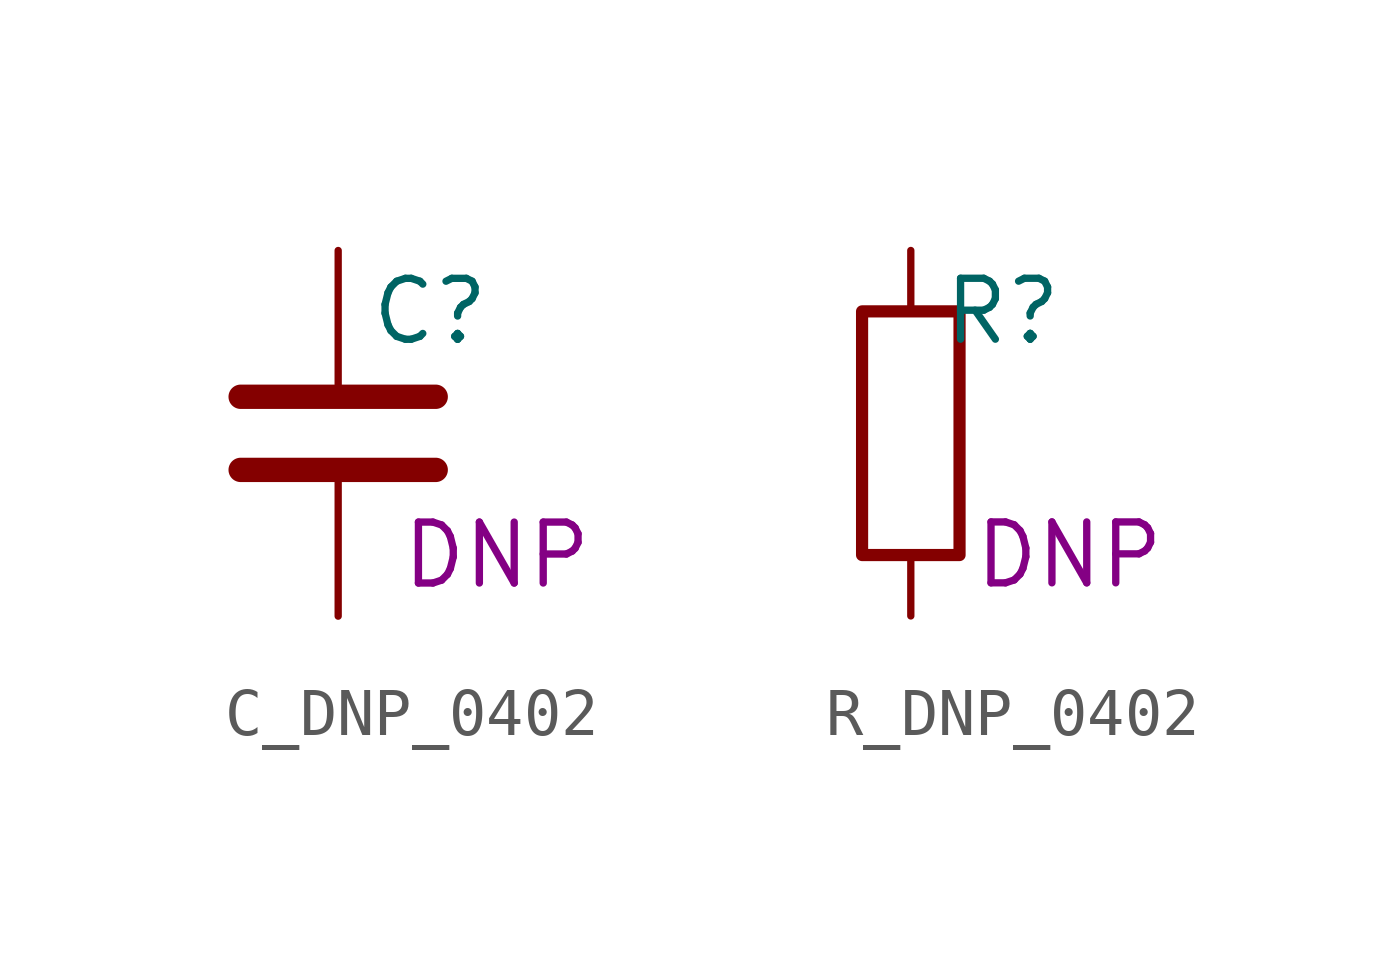
<source format=kicad_sym>
(kicad_symbol_lib
  (version 20220914)
  (generator kicad_symbol_editor)
  (symbol "C_DNP_0402"
    (pin_numbers hide)
    (pin_names
      (offset 0.254))
    (property "Reference" "C"
      (at 0.635 2.54 0)
      (effects (font (size 1.27 1.27)) (justify left)))
    (property "Capacitance" "DNP"
      (at 1.27 -2.54 0)
      (effects (font (size 1.27 1.27)) (justify left)))
    (symbol "C_DNP_0402_0_1"
      (polyline (pts (xy -2.032 -0.762) (xy 2.032 -0.762)) (stroke (width 0.508) (type default)) (fill (type none)))
      (polyline (pts (xy -2.032 0.762) (xy 2.032 0.762)) (stroke (width 0.508) (type default)) (fill (type none))))
    (symbol "C_DNP_0402_1_1"
      (pin passive line (at 0 3.81 270) (length 2.794) (name "~" (effects (font (size 1.27 1.27)))) (number "1" (effects (font (size 1.27 1.27)))))
      (pin passive line (at 0 -3.81 90) (length 2.794) (name "~" (effects (font (size 1.27 1.27)))) (number "2" (effects (font (size 1.27 1.27)))))))
  (symbol "R_DNP_0402"
    (pin_numbers hide)
    (pin_names
      (offset 0.254))
    (property "Reference" "R"
      (at 0.635 2.54 0)
      (effects (font (size 1.27 1.27)) (justify left)))
    (property "Capacitance" "DNP"
      (at 1.27 -2.54 0)
      (effects (font (size 1.27 1.27)) (justify left)))
    (symbol "R_DNP_0402_0_1"
      (rectangle (start -1.016 -2.54) (end 1.016 2.54) (stroke (width 0.254) (type default)) (fill (type none))))
    (symbol "R_DNP_0402_1_1"
      (pin passive line (at 0 3.81 270) (length 1.27) (name "~" (effects (font (size 1.27 1.27)))) (number "1" (effects (font (size 1.27 1.27)))))
      (pin passive line (at 0 -3.81 90) (length 1.27) (name "~" (effects (font (size 1.27 1.27)))) (number "2" (effects (font (size 1.27 1.27))))))))
</source>
